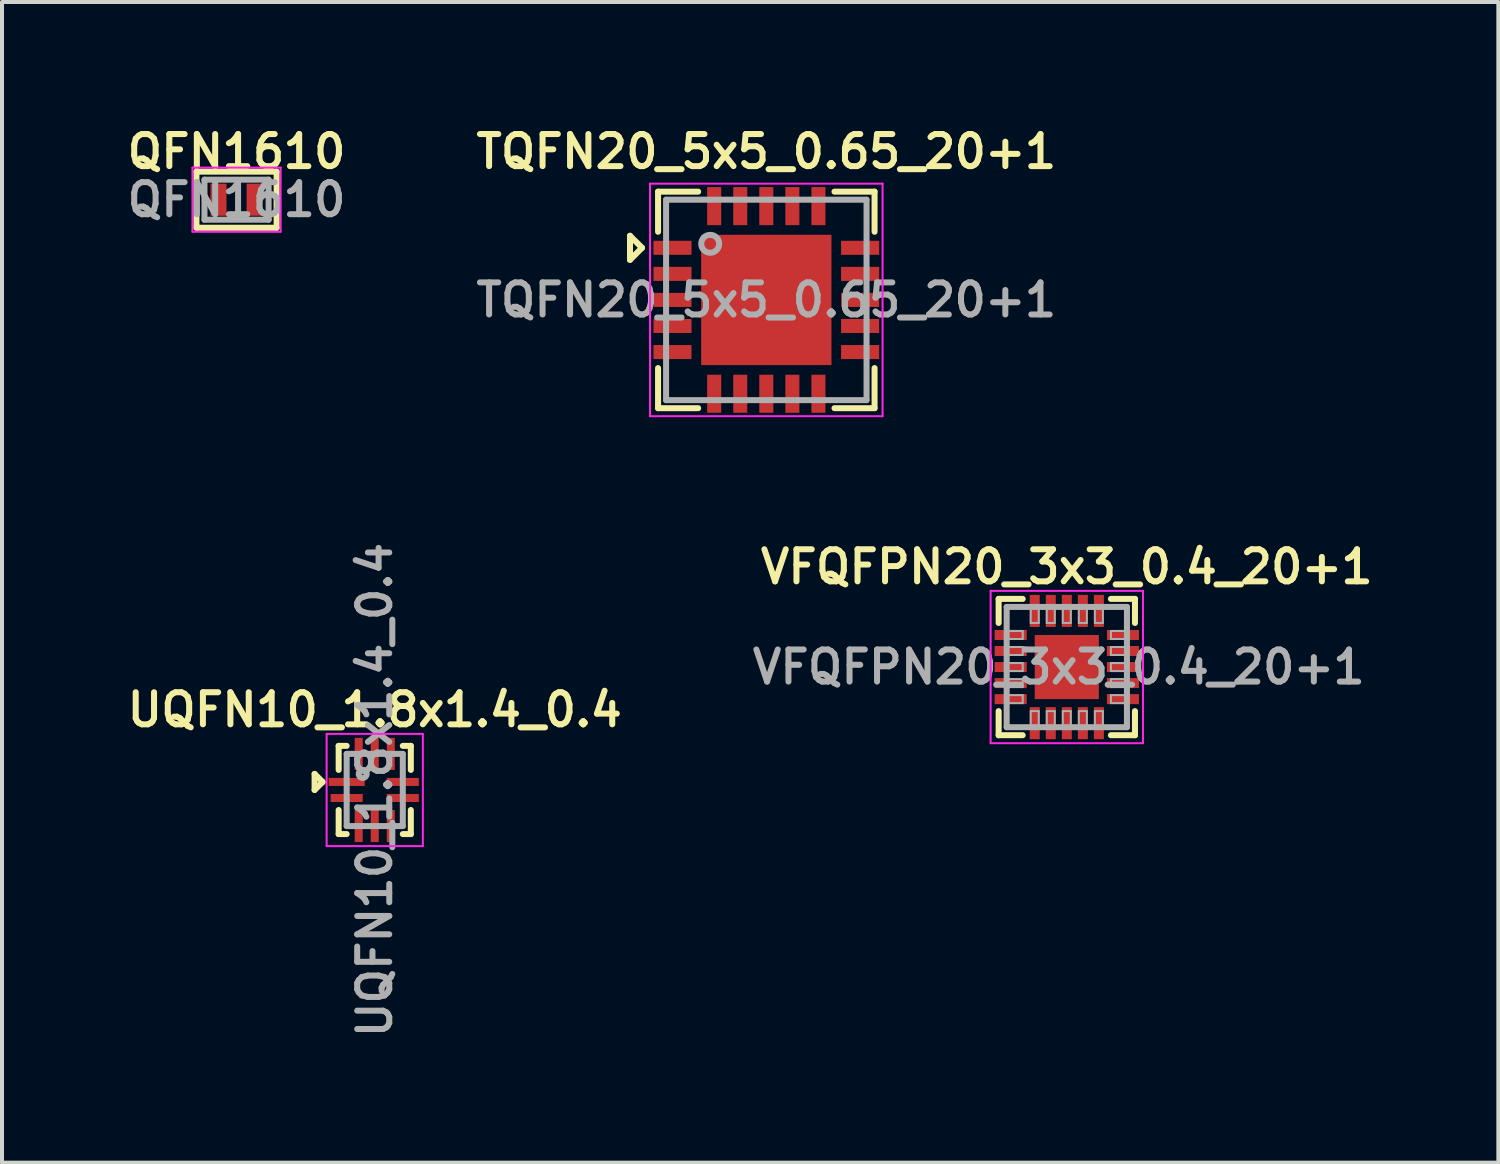
<source format=kicad_pcb>
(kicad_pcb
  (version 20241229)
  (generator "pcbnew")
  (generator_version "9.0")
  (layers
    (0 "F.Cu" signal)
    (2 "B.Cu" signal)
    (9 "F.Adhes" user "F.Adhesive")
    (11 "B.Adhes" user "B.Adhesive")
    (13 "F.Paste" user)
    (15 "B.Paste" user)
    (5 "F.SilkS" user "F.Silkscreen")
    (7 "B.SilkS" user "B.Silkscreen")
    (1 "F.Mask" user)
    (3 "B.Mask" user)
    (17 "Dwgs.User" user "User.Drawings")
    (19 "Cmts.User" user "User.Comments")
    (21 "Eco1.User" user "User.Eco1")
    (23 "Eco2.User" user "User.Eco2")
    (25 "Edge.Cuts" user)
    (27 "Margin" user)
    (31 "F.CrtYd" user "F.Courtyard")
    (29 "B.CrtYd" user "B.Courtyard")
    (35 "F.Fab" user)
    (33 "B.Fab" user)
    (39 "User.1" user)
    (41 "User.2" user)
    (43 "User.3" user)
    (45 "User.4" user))
  (footprint "TQFN20_5x5_0.65_20+1"
    (layer "F.Cu")
    (at 16.064 4.431)
    (property "Reference" "TQFN20_5x5_0.65_20+1" (at 0 -3.7 0) (layer "F.SilkS") (effects (font (size 0.8 0.8) (thickness 0.15))))
    (attr smd)
    (fp_line (start -3.4 -1.6) (end -3.1 -1.3) (stroke (width 0.15) (type solid)) (layer "F.SilkS"))
    (fp_line (start -3.4 -1.1) (end -3.4 -1.6) (stroke (width 0.15) (type solid)) (layer "F.SilkS"))
    (fp_line (start -3.4 -1) (end -3.4 -1.1) (stroke (width 0.15) (type solid)) (layer "F.SilkS"))
    (fp_line (start -3.1 -1.3) (end -3.4 -1) (stroke (width 0.15) (type solid)) (layer "F.SilkS"))
    (fp_line (start -2.7 -2.7) (end -2.7 -1.7) (stroke (width 0.15) (type solid)) (layer "F.SilkS"))
    (fp_line (start -2.7 1.7) (end -2.7 2.7) (stroke (width 0.15) (type solid)) (layer "F.SilkS"))
    (fp_line (start -2.7 2.7) (end -1.7 2.7) (stroke (width 0.15) (type solid)) (layer "F.SilkS"))
    (fp_line (start -1.7 -2.7) (end -2.7 -2.7) (stroke (width 0.15) (type solid)) (layer "F.SilkS"))
    (fp_line (start 1.7 -2.7) (end 2.7 -2.7) (stroke (width 0.15) (type solid)) (layer "F.SilkS"))
    (fp_line (start 1.7 2.7) (end 2.7 2.7) (stroke (width 0.15) (type solid)) (layer "F.SilkS"))
    (fp_line (start 2.7 -2.7) (end 2.7 -1.7) (stroke (width 0.15) (type solid)) (layer "F.SilkS"))
    (fp_line (start 2.7 2.7) (end 2.7 1.7) (stroke (width 0.15) (type solid)) (layer "F.SilkS"))
    (fp_line (start -2.9 -2.9) (end -2.9 2.9) (stroke (width 0.05) (type solid)) (layer "F.CrtYd"))
    (fp_line (start -2.9 -2.9) (end 2.9 -2.9) (stroke (width 0.05) (type solid)) (layer "F.CrtYd"))
    (fp_line (start -2.9 2.9) (end 2.9 2.9) (stroke (width 0.05) (type solid)) (layer "F.CrtYd"))
    (fp_line (start 2.9 -2.9) (end 2.9 2.9) (stroke (width 0.05) (type solid)) (layer "F.CrtYd"))
    (fp_line (start -2.5 -2.5) (end 2.5 -2.5) (stroke (width 0.15) (type solid)) (layer "F.Fab"))
    (fp_line (start -2.5 2.5) (end -2.5 -2.5) (stroke (width 0.15) (type solid)) (layer "F.Fab"))
    (fp_line (start 2.5 -2.5) (end 2.5 2.5) (stroke (width 0.15) (type solid)) (layer "F.Fab"))
    (fp_line (start 2.5 2.5) (end -2.5 2.5) (stroke (width 0.15) (type solid)) (layer "F.Fab"))
    (fp_circle (center -1.4 -1.4) (end -1.3 -1.2) (stroke (width 0.15) (type solid)) (fill no) (layer "F.Fab"))
    (fp_text user "${REFERENCE}" (at 0 0 0) (layer "F.Fab") (effects (font (size 0.8 0.8) (thickness 0.15))))
    (pad "1" smd rect (at -2.34 -1.3) (size 0.95 0.35) (layers "F.Cu" "F.Mask" "F.Paste"))
    (pad "2" smd rect (at -2.34 -0.65) (size 0.95 0.35) (layers "F.Cu" "F.Mask" "F.Paste"))
    (pad "3" smd rect (at -2.34 0) (size 0.95 0.35) (layers "F.Cu" "F.Mask" "F.Paste"))
    (pad "4" smd rect (at -2.34 0.65) (size 0.95 0.35) (layers "F.Cu" "F.Mask" "F.Paste"))
    (pad "5" smd rect (at -2.34 1.3) (size 0.95 0.35) (layers "F.Cu" "F.Mask" "F.Paste"))
    (pad "6" smd rect (at -1.3 2.34 90) (size 0.95 0.35) (layers "F.Cu" "F.Mask" "F.Paste"))
    (pad "7" smd rect (at -0.65 2.34 90) (size 0.95 0.35) (layers "F.Cu" "F.Mask" "F.Paste"))
    (pad "8" smd rect (at 0 2.34 90) (size 0.95 0.35) (layers "F.Cu" "F.Mask" "F.Paste"))
    (pad "9" smd rect (at 0.65 2.34 90) (size 0.95 0.35) (layers "F.Cu" "F.Mask" "F.Paste"))
    (pad "10" smd rect (at 1.3 2.34 90) (size 0.95 0.35) (layers "F.Cu" "F.Mask" "F.Paste"))
    (pad "11" smd rect (at 2.34 1.3) (size 0.95 0.35) (layers "F.Cu" "F.Mask" "F.Paste"))
    (pad "12" smd rect (at 2.34 0.65) (size 0.95 0.35) (layers "F.Cu" "F.Mask" "F.Paste"))
    (pad "13" smd rect (at 2.34 0) (size 0.95 0.35) (layers "F.Cu" "F.Mask" "F.Paste"))
    (pad "14" smd rect (at 2.34 -0.65) (size 0.95 0.35) (layers "F.Cu" "F.Mask" "F.Paste"))
    (pad "15" smd rect (at 2.34 -1.3) (size 0.95 0.35) (layers "F.Cu" "F.Mask" "F.Paste"))
    (pad "16" smd rect (at 1.3 -2.34 90) (size 0.95 0.35) (layers "F.Cu" "F.Mask" "F.Paste"))
    (pad "17" smd rect (at 0.65 -2.34 90) (size 0.95 0.35) (layers "F.Cu" "F.Mask" "F.Paste"))
    (pad "18" smd rect (at 0 -2.34 90) (size 0.95 0.35) (layers "F.Cu" "F.Mask" "F.Paste"))
    (pad "19" smd rect (at -0.65 -2.34 90) (size 0.95 0.35) (layers "F.Cu" "F.Mask" "F.Paste"))
    (pad "20" smd rect (at -1.3 -2.34 90) (size 0.95 0.35) (layers "F.Cu" "F.Mask" "F.Paste"))
    (pad "21" smd rect (at 0 0) (size 3.25 3.25) (layers "F.Cu" "F.Mask" "F.Paste")))
  (footprint "QFN1610"
    (layer "F.Cu")
    (at 2.85 1.931)
    (property "Reference" "QFN1610" (at 0 -1.2 0) (layer "F.SilkS") (effects (font (size 0.8 0.8) (thickness 0.15))))
    (attr through_hole)
    (fp_line (start -1 -0.7) (end -1 0.7) (stroke (width 0.15) (type solid)) (layer "F.SilkS"))
    (fp_line (start -1 0.7) (end 1 0.7) (stroke (width 0.15) (type solid)) (layer "F.SilkS"))
    (fp_line (start 1 -0.7) (end -1 -0.7) (stroke (width 0.15) (type solid)) (layer "F.SilkS"))
    (fp_line (start 1 0.7) (end 1 -0.7) (stroke (width 0.15) (type solid)) (layer "F.SilkS"))
    (fp_line (start -1.1 -0.8) (end -1.1 0.8) (stroke (width 0.05) (type solid)) (layer "F.CrtYd"))
    (fp_line (start -1.1 0.8) (end 1.1 0.8) (stroke (width 0.05) (type solid)) (layer "F.CrtYd"))
    (fp_line (start 1.1 -0.8) (end -1.1 -0.8) (stroke (width 0.05) (type solid)) (layer "F.CrtYd"))
    (fp_line (start 1.1 0.8) (end 1.1 -0.8) (stroke (width 0.05) (type solid)) (layer "F.CrtYd"))
    (fp_line (start -0.8 -0.5) (end -0.8 0.5) (stroke (width 0.15) (type solid)) (layer "F.Fab"))
    (fp_line (start -0.8 0.5) (end 0.8 0.5) (stroke (width 0.15) (type solid)) (layer "F.Fab"))
    (fp_line (start 0.8 -0.5) (end -0.8 -0.5) (stroke (width 0.15) (type solid)) (layer "F.Fab"))
    (fp_line (start 0.8 0.5) (end 0.8 -0.5) (stroke (width 0.15) (type solid)) (layer "F.Fab"))
    (fp_text user "${REFERENCE}" (at 0 0 0) (layer "F.Fab") (effects (font (size 0.8 0.8) (thickness 0.15))))
    (pad "1" smd rect (at -0.45 0) (size 0.4 0.8) (layers "F.Cu" "F.Mask" "F.Paste"))
    (pad "2" smd rect (at 0.45 0) (size 0.4 0.8) (layers "F.Cu" "F.Mask" "F.Paste")))
  (footprint "UQFN10_1.8x1.4_0.4"
    (layer "F.Cu")
    (at 6.297 16.654)
    (property "Reference" "UQFN10_1.8x1.4_0.4" (at 0 -2 0) (layer "F.SilkS") (effects (font (size 0.8 0.8) (thickness 0.15))))
    (attr through_hole)
    (fp_line (start -1.5 -0.4) (end -1.5 0) (stroke (width 0.15) (type solid)) (layer "F.SilkS"))
    (fp_line (start -1.5 0) (end -1.3 -0.2) (stroke (width 0.15) (type solid)) (layer "F.SilkS"))
    (fp_line (start -1.3 -0.2) (end -1.5 -0.4) (stroke (width 0.15) (type solid)) (layer "F.SilkS"))
    (fp_line (start -0.9 -1.1) (end -0.7 -1.1) (stroke (width 0.15) (type solid)) (layer "F.SilkS"))
    (fp_line (start -0.9 -0.5) (end -0.9 -1.1) (stroke (width 0.15) (type solid)) (layer "F.SilkS"))
    (fp_line (start -0.9 1.1) (end -0.9 0.5) (stroke (width 0.15) (type solid)) (layer "F.SilkS"))
    (fp_line (start -0.7 1.1) (end -0.9 1.1) (stroke (width 0.15) (type solid)) (layer "F.SilkS"))
    (fp_line (start 0.7 -1.1) (end 0.9 -1.1) (stroke (width 0.15) (type solid)) (layer "F.SilkS"))
    (fp_line (start 0.7 1.1) (end 0.9 1.1) (stroke (width 0.15) (type solid)) (layer "F.SilkS"))
    (fp_line (start 0.9 -1.1) (end 0.9 -0.5) (stroke (width 0.15) (type solid)) (layer "F.SilkS"))
    (fp_line (start 0.9 1.1) (end 0.9 0.5) (stroke (width 0.15) (type solid)) (layer "F.SilkS"))
    (fp_line (start -1.2 -1.4) (end -1.2 1.4) (stroke (width 0.05) (type solid)) (layer "F.CrtYd"))
    (fp_line (start -1.2 1.4) (end 1.2 1.4) (stroke (width 0.05) (type solid)) (layer "F.CrtYd"))
    (fp_line (start 1.2 -1.4) (end -1.2 -1.4) (stroke (width 0.05) (type solid)) (layer "F.CrtYd"))
    (fp_line (start 1.2 1.4) (end 1.2 -1.4) (stroke (width 0.05) (type solid)) (layer "F.CrtYd"))
    (fp_line (start -0.7 -0.9) (end -0.7 0.9) (stroke (width 0.15) (type solid)) (layer "F.Fab"))
    (fp_line (start -0.7 0.9) (end 0.7 0.9) (stroke (width 0.15) (type solid)) (layer "F.Fab"))
    (fp_line (start 0.7 -0.9) (end -0.7 -0.9) (stroke (width 0.15) (type solid)) (layer "F.Fab"))
    (fp_line (start 0.7 0.9) (end 0.7 -0.9) (stroke (width 0.15) (type solid)) (layer "F.Fab"))
    (fp_circle (center -0.3 -0.4) (end -0.2 -0.4) (stroke (width 0.15) (type solid)) (fill no) (layer "F.Fab"))
    (fp_text user "${REFERENCE}" (at 0 0 90) (layer "F.Fab") (effects (font (size 0.8 0.8) (thickness 0.15))))
    (pad "1" smd rect (at -0.7 -0.2 90) (size 0.2 0.9) (layers "F.Cu" "F.Mask" "F.Paste"))
    (pad "2" smd rect (at -0.7 0.2 90) (size 0.2 0.8) (layers "F.Cu" "F.Mask" "F.Paste"))
    (pad "3" smd rect (at -0.4 0.9) (size 0.2 0.8) (layers "F.Cu" "F.Mask" "F.Paste"))
    (pad "4" smd rect (at 0 0.9) (size 0.2 0.8) (layers "F.Cu" "F.Mask" "F.Paste"))
    (pad "5" smd rect (at 0.4 0.9) (size 0.2 0.8) (layers "F.Cu" "F.Mask" "F.Paste"))
    (pad "6" smd rect (at 0.7 0.2 90) (size 0.2 0.8) (layers "F.Cu" "F.Mask" "F.Paste"))
    (pad "7" smd rect (at 0.7 -0.2 90) (size 0.2 0.8) (layers "F.Cu" "F.Mask" "F.Paste"))
    (pad "8" smd rect (at 0.4 -0.9) (size 0.2 0.8) (layers "F.Cu" "F.Mask" "F.Paste"))
    (pad "9" smd rect (at 0 -0.9) (size 0.2 0.8) (layers "F.Cu" "F.Mask" "F.Paste"))
    (pad "10" smd rect (at -0.4 -0.9) (size 0.2 0.8) (layers "F.Cu" "F.Mask" "F.Paste")))
  (footprint "VFQFPN20_3x3_0.4_20+1"
    (layer "F.Cu")
    (at 23.559 13.588)
    (property "Reference" "VFQFPN20_3x3_0.4_20+1" (at 0 -2.5 0) (layer "F.SilkS") (effects (font (size 0.8 0.8) (thickness 0.15))))
    (attr smd)
    (fp_line (start -1.7 -1.7) (end -1.1 -1.7) (stroke (width 0.15) (type solid)) (layer "F.SilkS"))
    (fp_line (start -1.7 -1.1) (end -1.7 -1.7) (stroke (width 0.15) (type solid)) (layer "F.SilkS"))
    (fp_line (start -1.7 1.7) (end -1.7 1.1) (stroke (width 0.15) (type solid)) (layer "F.SilkS"))
    (fp_line (start -1.1 1.7) (end -1.7 1.7) (stroke (width 0.15) (type solid)) (layer "F.SilkS"))
    (fp_line (start 1.1 -1.7) (end 1.7 -1.7) (stroke (width 0.15) (type solid)) (layer "F.SilkS"))
    (fp_line (start 1.7 -1.7) (end 1.7 -1.1) (stroke (width 0.15) (type solid)) (layer "F.SilkS"))
    (fp_line (start 1.7 1.1) (end 1.7 1.7) (stroke (width 0.15) (type solid)) (layer "F.SilkS"))
    (fp_line (start 1.7 1.7) (end 1.1 1.7) (stroke (width 0.15) (type solid)) (layer "F.SilkS"))
    (fp_line (start -1.9 -1.9) (end 1.9 -1.9) (stroke (width 0.05) (type solid)) (layer "F.CrtYd"))
    (fp_line (start -1.9 1.9) (end -1.9 -1.9) (stroke (width 0.05) (type solid)) (layer "F.CrtYd"))
    (fp_line (start 1.9 -1.9) (end 1.9 1.9) (stroke (width 0.05) (type solid)) (layer "F.CrtYd"))
    (fp_line (start 1.9 1.9) (end -1.9 1.9) (stroke (width 0.05) (type solid)) (layer "F.CrtYd"))
    (fp_line (start -1.5 -1.5) (end -1.5 1.5) (stroke (width 0.15) (type solid)) (layer "F.Fab"))
    (fp_line (start -1.5 -0.9) (end -1.1 -0.9) (stroke (width 0.05) (type solid)) (layer "F.Fab"))
    (fp_line (start -1.5 -0.5) (end -1.1 -0.5) (stroke (width 0.05) (type solid)) (layer "F.Fab"))
    (fp_line (start -1.5 -0.1) (end -1.1 -0.1) (stroke (width 0.05) (type solid)) (layer "F.Fab"))
    (fp_line (start -1.5 0.3) (end -1.1 0.3) (stroke (width 0.05) (type solid)) (layer "F.Fab"))
    (fp_line (start -1.5 0.7) (end -1.1 0.7) (stroke (width 0.05) (type solid)) (layer "F.Fab"))
    (fp_line (start -1.5 1.5) (end 1.5 1.5) (stroke (width 0.15) (type solid)) (layer "F.Fab"))
    (fp_line (start -1.1 -0.9) (end -1.1 -0.7) (stroke (width 0.05) (type solid)) (layer "F.Fab"))
    (fp_line (start -1.1 -0.7) (end -1.5 -0.7) (stroke (width 0.05) (type solid)) (layer "F.Fab"))
    (fp_line (start -1.1 -0.5) (end -1.1 -0.3) (stroke (width 0.05) (type solid)) (layer "F.Fab"))
    (fp_line (start -1.1 -0.3) (end -1.5 -0.3) (stroke (width 0.05) (type solid)) (layer "F.Fab"))
    (fp_line (start -1.1 -0.1) (end -1.1 0.1) (stroke (width 0.05) (type solid)) (layer "F.Fab"))
    (fp_line (start -1.1 0.1) (end -1.5 0.1) (stroke (width 0.05) (type solid)) (layer "F.Fab"))
    (fp_line (start -1.1 0.3) (end -1.1 0.5) (stroke (width 0.05) (type solid)) (layer "F.Fab"))
    (fp_line (start -1.1 0.5) (end -1.5 0.5) (stroke (width 0.05) (type solid)) (layer "F.Fab"))
    (fp_line (start -1.1 0.7) (end -1.1 0.9) (stroke (width 0.05) (type solid)) (layer "F.Fab"))
    (fp_line (start -1.1 0.9) (end -1.5 0.9) (stroke (width 0.05) (type solid)) (layer "F.Fab"))
    (fp_line (start -0.9 -1.1) (end -0.9 -1.5) (stroke (width 0.05) (type solid)) (layer "F.Fab"))
    (fp_line (start -0.9 1.1) (end -0.7 1.1) (stroke (width 0.05) (type solid)) (layer "F.Fab"))
    (fp_line (start -0.9 1.5) (end -0.9 1.1) (stroke (width 0.05) (type solid)) (layer "F.Fab"))
    (fp_line (start -0.7 -1.5) (end -0.7 -1.1) (stroke (width 0.05) (type solid)) (layer "F.Fab"))
    (fp_line (start -0.7 -1.1) (end -0.9 -1.1) (stroke (width 0.05) (type solid)) (layer "F.Fab"))
    (fp_line (start -0.7 1.1) (end -0.7 1.5) (stroke (width 0.05) (type solid)) (layer "F.Fab"))
    (fp_line (start -0.5 -1.1) (end -0.5 -1.5) (stroke (width 0.05) (type solid)) (layer "F.Fab"))
    (fp_line (start -0.5 1.1) (end -0.3 1.1) (stroke (width 0.05) (type solid)) (layer "F.Fab"))
    (fp_line (start -0.5 1.5) (end -0.5 1.1) (stroke (width 0.05) (type solid)) (layer "F.Fab"))
    (fp_line (start -0.3 -1.5) (end -0.3 -1.1) (stroke (width 0.05) (type solid)) (layer "F.Fab"))
    (fp_line (start -0.3 -1.1) (end -0.5 -1.1) (stroke (width 0.05) (type solid)) (layer "F.Fab"))
    (fp_line (start -0.3 1.1) (end -0.3 1.5) (stroke (width 0.05) (type solid)) (layer "F.Fab"))
    (fp_line (start -0.1 -1.1) (end -0.1 -1.5) (stroke (width 0.05) (type solid)) (layer "F.Fab"))
    (fp_line (start -0.1 1.1) (end 0.1 1.1) (stroke (width 0.05) (type solid)) (layer "F.Fab"))
    (fp_line (start -0.1 1.5) (end -0.1 1.1) (stroke (width 0.05) (type solid)) (layer "F.Fab"))
    (fp_line (start 0.1 -1.5) (end 0.1 -1.1) (stroke (width 0.05) (type solid)) (layer "F.Fab"))
    (fp_line (start 0.1 -1.1) (end -0.1 -1.1) (stroke (width 0.05) (type solid)) (layer "F.Fab"))
    (fp_line (start 0.1 1.1) (end 0.1 1.5) (stroke (width 0.05) (type solid)) (layer "F.Fab"))
    (fp_line (start 0.3 -1.1) (end 0.3 -1.5) (stroke (width 0.05) (type solid)) (layer "F.Fab"))
    (fp_line (start 0.3 1.1) (end 0.5 1.1) (stroke (width 0.05) (type solid)) (layer "F.Fab"))
    (fp_line (start 0.3 1.5) (end 0.3 1.1) (stroke (width 0.05) (type solid)) (layer "F.Fab"))
    (fp_line (start 0.5 -1.5) (end 0.5 -1.1) (stroke (width 0.05) (type solid)) (layer "F.Fab"))
    (fp_line (start 0.5 -1.1) (end 0.3 -1.1) (stroke (width 0.05) (type solid)) (layer "F.Fab"))
    (fp_line (start 0.5 1.1) (end 0.5 1.5) (stroke (width 0.05) (type solid)) (layer "F.Fab"))
    (fp_line (start 0.7 -1.1) (end 0.7 -1.5) (stroke (width 0.05) (type solid)) (layer "F.Fab"))
    (fp_line (start 0.7 1.1) (end 0.9 1.1) (stroke (width 0.05) (type solid)) (layer "F.Fab"))
    (fp_line (start 0.7 1.5) (end 0.7 1.1) (stroke (width 0.05) (type solid)) (layer "F.Fab"))
    (fp_line (start 0.9 -1.5) (end 0.9 -1.1) (stroke (width 0.05) (type solid)) (layer "F.Fab"))
    (fp_line (start 0.9 -1.1) (end 0.7 -1.1) (stroke (width 0.05) (type solid)) (layer "F.Fab"))
    (fp_line (start 0.9 1.1) (end 0.9 1.5) (stroke (width 0.05) (type solid)) (layer "F.Fab"))
    (fp_line (start 1.1 -0.9) (end 1.5 -0.9) (stroke (width 0.05) (type solid)) (layer "F.Fab"))
    (fp_line (start 1.1 -0.7) (end 1.1 -0.9) (stroke (width 0.05) (type solid)) (layer "F.Fab"))
    (fp_line (start 1.1 -0.5) (end 1.5 -0.5) (stroke (width 0.05) (type solid)) (layer "F.Fab"))
    (fp_line (start 1.1 -0.3) (end 1.1 -0.5) (stroke (width 0.05) (type solid)) (layer "F.Fab"))
    (fp_line (start 1.1 -0.1) (end 1.5 -0.1) (stroke (width 0.05) (type solid)) (layer "F.Fab"))
    (fp_line (start 1.1 0.1) (end 1.1 -0.1) (stroke (width 0.05) (type solid)) (layer "F.Fab"))
    (fp_line (start 1.1 0.3) (end 1.5 0.3) (stroke (width 0.05) (type solid)) (layer "F.Fab"))
    (fp_line (start 1.1 0.5) (end 1.1 0.3) (stroke (width 0.05) (type solid)) (layer "F.Fab"))
    (fp_line (start 1.1 0.7) (end 1.5 0.7) (stroke (width 0.05) (type solid)) (layer "F.Fab"))
    (fp_line (start 1.1 0.9) (end 1.1 0.7) (stroke (width 0.05) (type solid)) (layer "F.Fab"))
    (fp_line (start 1.5 -1.5) (end -1.5 -1.5) (stroke (width 0.15) (type solid)) (layer "F.Fab"))
    (fp_line (start 1.5 -0.7) (end 1.1 -0.7) (stroke (width 0.05) (type solid)) (layer "F.Fab"))
    (fp_line (start 1.5 -0.3) (end 1.1 -0.3) (stroke (width 0.05) (type solid)) (layer "F.Fab"))
    (fp_line (start 1.5 0.1) (end 1.1 0.1) (stroke (width 0.05) (type solid)) (layer "F.Fab"))
    (fp_line (start 1.5 0.5) (end 1.1 0.5) (stroke (width 0.05) (type solid)) (layer "F.Fab"))
    (fp_line (start 1.5 0.9) (end 1.1 0.9) (stroke (width 0.05) (type solid)) (layer "F.Fab"))
    (fp_line (start 1.5 1.5) (end 1.5 -1.5) (stroke (width 0.15) (type solid)) (layer "F.Fab"))
    (fp_text user "${REFERENCE}" (at -0.2 0 0) (layer "F.Fab") (effects (font (size 0.8 0.8) (thickness 0.15))))
    (pad "1" smd rect (at -1.4 -0.8) (size 0.8 0.25) (layers "F.Cu" "F.Mask" "F.Paste"))
    (pad "2" smd rect (at -1.4 -0.4) (size 0.8 0.25) (layers "F.Cu" "F.Mask" "F.Paste"))
    (pad "3" smd rect (at -1.4 0) (size 0.8 0.25) (layers "F.Cu" "F.Mask" "F.Paste"))
    (pad "4" smd rect (at -1.4 0.4) (size 0.8 0.25) (layers "F.Cu" "F.Mask" "F.Paste"))
    (pad "5" smd rect (at -1.4 0.8) (size 0.8 0.25) (layers "F.Cu" "F.Mask" "F.Paste"))
    (pad "6" smd rect (at -0.8 1.4 90) (size 0.8 0.25) (layers "F.Cu" "F.Mask" "F.Paste"))
    (pad "7" smd rect (at -0.4 1.4 90) (size 0.8 0.25) (layers "F.Cu" "F.Mask" "F.Paste"))
    (pad "8" smd rect (at 0 1.4 90) (size 0.8 0.25) (layers "F.Cu" "F.Mask" "F.Paste"))
    (pad "9" smd rect (at 0.4 1.4 90) (size 0.8 0.25) (layers "F.Cu" "F.Mask" "F.Paste"))
    (pad "10" smd rect (at 0.8 1.4 90) (size 0.8 0.25) (layers "F.Cu" "F.Mask" "F.Paste"))
    (pad "11" smd rect (at 1.4 0.8 180) (size 0.8 0.25) (layers "F.Cu" "F.Mask" "F.Paste"))
    (pad "12" smd rect (at 1.4 0.4 180) (size 0.8 0.25) (layers "F.Cu" "F.Mask" "F.Paste"))
    (pad "13" smd rect (at 1.4 0 180) (size 0.8 0.25) (layers "F.Cu" "F.Mask" "F.Paste"))
    (pad "14" smd rect (at 1.4 -0.4 180) (size 0.8 0.25) (layers "F.Cu" "F.Mask" "F.Paste"))
    (pad "15" smd rect (at 1.4 -0.8 180) (size 0.8 0.25) (layers "F.Cu" "F.Mask" "F.Paste"))
    (pad "16" smd rect (at 0.8 -1.4 270) (size 0.8 0.25) (layers "F.Cu" "F.Mask" "F.Paste"))
    (pad "17" smd rect (at 0.4 -1.4 270) (size 0.8 0.25) (layers "F.Cu" "F.Mask" "F.Paste"))
    (pad "18" smd rect (at 0 -1.4 270) (size 0.8 0.25) (layers "F.Cu" "F.Mask" "F.Paste"))
    (pad "19" smd rect (at -0.4 -1.4 270) (size 0.8 0.25) (layers "F.Cu" "F.Mask" "F.Paste"))
    (pad "20" smd rect (at -0.8 -1.4 270) (size 0.8 0.25) (layers "F.Cu" "F.Mask" "F.Paste"))
    (pad "21" smd rect (at -0.4 -0.4) (size 0.65 0.65) (layers "F.Cu" "F.Paste"))
    (pad "21" smd rect (at -0.4 0.4) (size 0.65 0.65) (layers "F.Cu" "F.Paste"))
    (pad "21" smd rect (at 0 0) (size 1.6 1.6) (layers "F.Cu" "F.Mask"))
    (pad "21" smd rect (at 0.4 -0.4) (size 0.65 0.65) (layers "F.Cu" "F.Paste"))
    (pad "21" smd rect (at 0.4 0.4) (size 0.65 0.65) (layers "F.Cu" "F.Paste")))
  (gr_rect
    (start -3 -3)
    (end 34.323 25.951)
    (stroke (width 0.1) (type default))
    (fill no)
    (layer "Edge.Cuts")))
</source>
